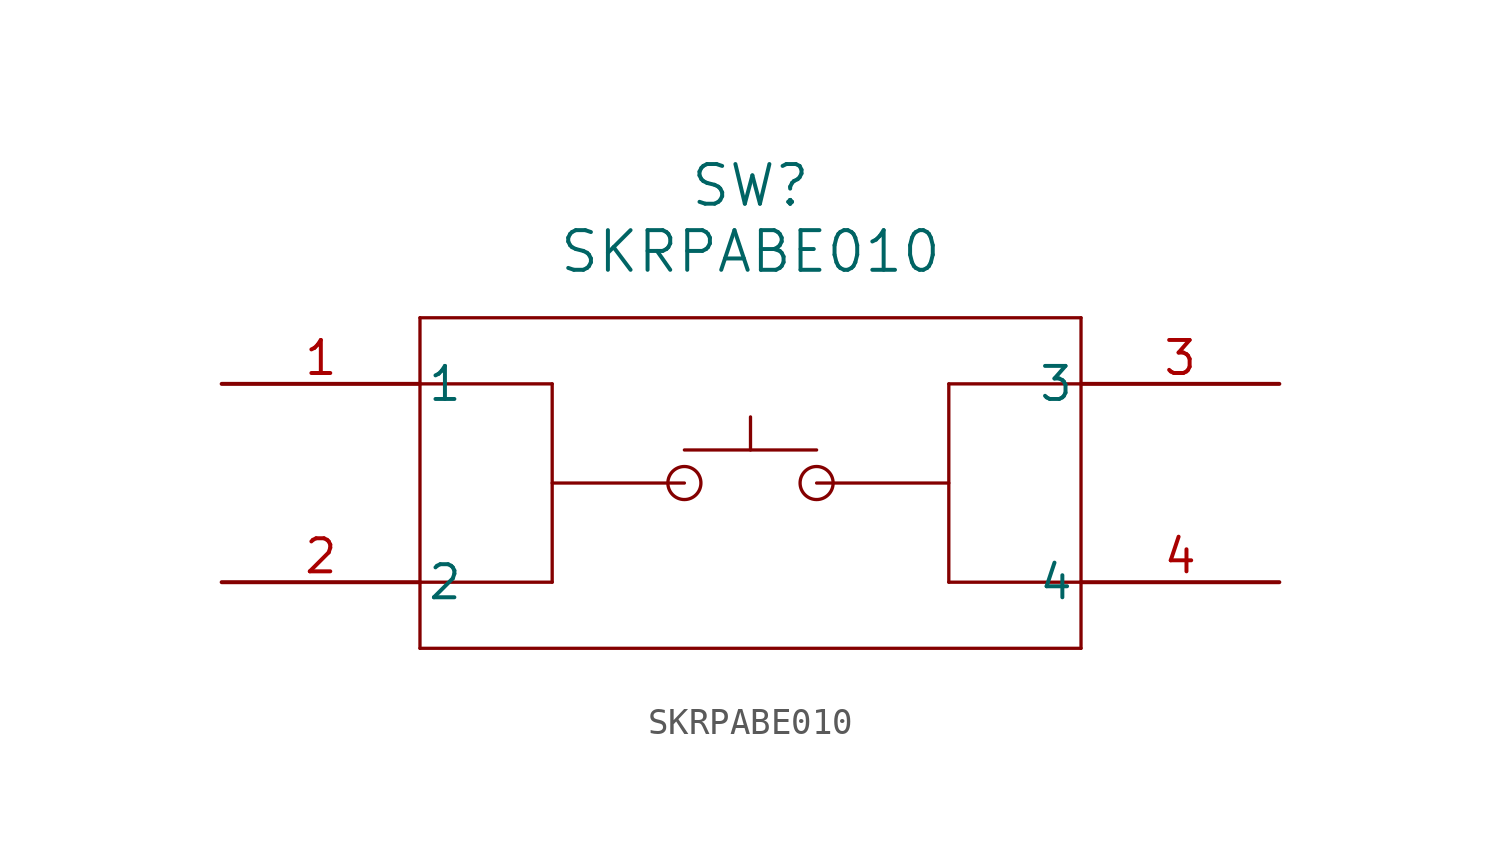
<source format=kicad_sym>
(kicad_symbol_lib
  (version 20211014)
  (generator kicad_symbol_editor)
  (symbol "SKRPABE010"
    (pin_names
      (offset 0.254))
    (property "Reference" "SW"
      (at 20.32 7.62 0)
      (effects (font (size 1.524 1.524))))
    (property "Value" "SKRPABE010"
      (at 20.32 5.08 0)
      (effects (font (size 1.524 1.524))))
    (symbol "SKRPABE010_0_1"
      (polyline (pts (xy 7.62 2.54) (xy 7.62 -10.16)) (stroke (width 0.127) (type default) (color 0 0 0 0)) (fill (type none)))
      (polyline (pts (xy 7.62 -10.16) (xy 33.02 -10.16)) (stroke (width 0.127) (type default) (color 0 0 0 0)) (fill (type none)))
      (polyline (pts (xy 33.02 -10.16) (xy 33.02 2.54)) (stroke (width 0.127) (type default) (color 0 0 0 0)) (fill (type none)))
      (polyline (pts (xy 33.02 2.54) (xy 7.62 2.54)) (stroke (width 0.127) (type default) (color 0 0 0 0)) (fill (type none)))
      (polyline (pts (xy 7.62 0) (xy 12.7 0)) (stroke (width 0.127) (type default) (color 0 0 0 0)) (fill (type none)))
      (polyline (pts (xy 7.62 -7.62) (xy 12.7 -7.62)) (stroke (width 0.127) (type default) (color 0 0 0 0)) (fill (type none)))
      (polyline (pts (xy 33.02 -7.62) (xy 27.94 -7.62)) (stroke (width 0.127) (type default) (color 0 0 0 0)) (fill (type none)))
      (polyline (pts (xy 27.94 0) (xy 33.02 0)) (stroke (width 0.127) (type default) (color 0 0 0 0)) (fill (type none)))
      (polyline (pts (xy 27.94 0) (xy 27.94 -7.62)) (stroke (width 0.127) (type default) (color 0 0 0 0)) (fill (type none)))
      (polyline (pts (xy 12.7 0) (xy 12.7 -7.62)) (stroke (width 0.127) (type default) (color 0 0 0 0)) (fill (type none)))
      (polyline (pts (xy 12.7 -3.81) (xy 17.78 -3.81)) (stroke (width 0.127) (type default) (color 0 0 0 0)) (fill (type none)))
      (polyline (pts (xy 27.94 -3.81) (xy 22.86 -3.81)) (stroke (width 0.127) (type default) (color 0 0 0 0)) (fill (type none)))
      (polyline (pts (xy 17.78 -2.54) (xy 22.86 -2.54)) (stroke (width 0.127) (type default) (color 0 0 0 0)) (fill (type none)))
      (polyline (pts (xy 20.32 -2.54) (xy 20.32 -1.27)) (stroke (width 0.127) (type default) (color 0 0 0 0)) (fill (type none)))
      (circle (center 17.78 -3.81) (radius 0.635) (stroke (width 0.127) (type default) (color 0 0 0 0)) (fill (type none)))
      (circle (center 22.86 -3.81) (radius 0.635) (stroke (width 0.127) (type default) (color 0 0 0 0)) (fill (type none)))
      (pin unspecified line (at 0 0 0) (length 7.62) (name "1" (effects (font (size 1.27 1.27)))) (number "1" (effects (font (size 1.27 1.27)))))
      (pin unspecified line (at 0 -7.62 0) (length 7.62) (name "2" (effects (font (size 1.27 1.27)))) (number "2" (effects (font (size 1.27 1.27)))))
      (pin unspecified line (at 40.64 0 180) (length 7.62) (name "3" (effects (font (size 1.27 1.27)))) (number "3" (effects (font (size 1.27 1.27)))))
      (pin unspecified line (at 40.64 -7.62 180) (length 7.62) (name "4" (effects (font (size 1.27 1.27)))) (number "4" (effects (font (size 1.27 1.27))))))))
</source>
